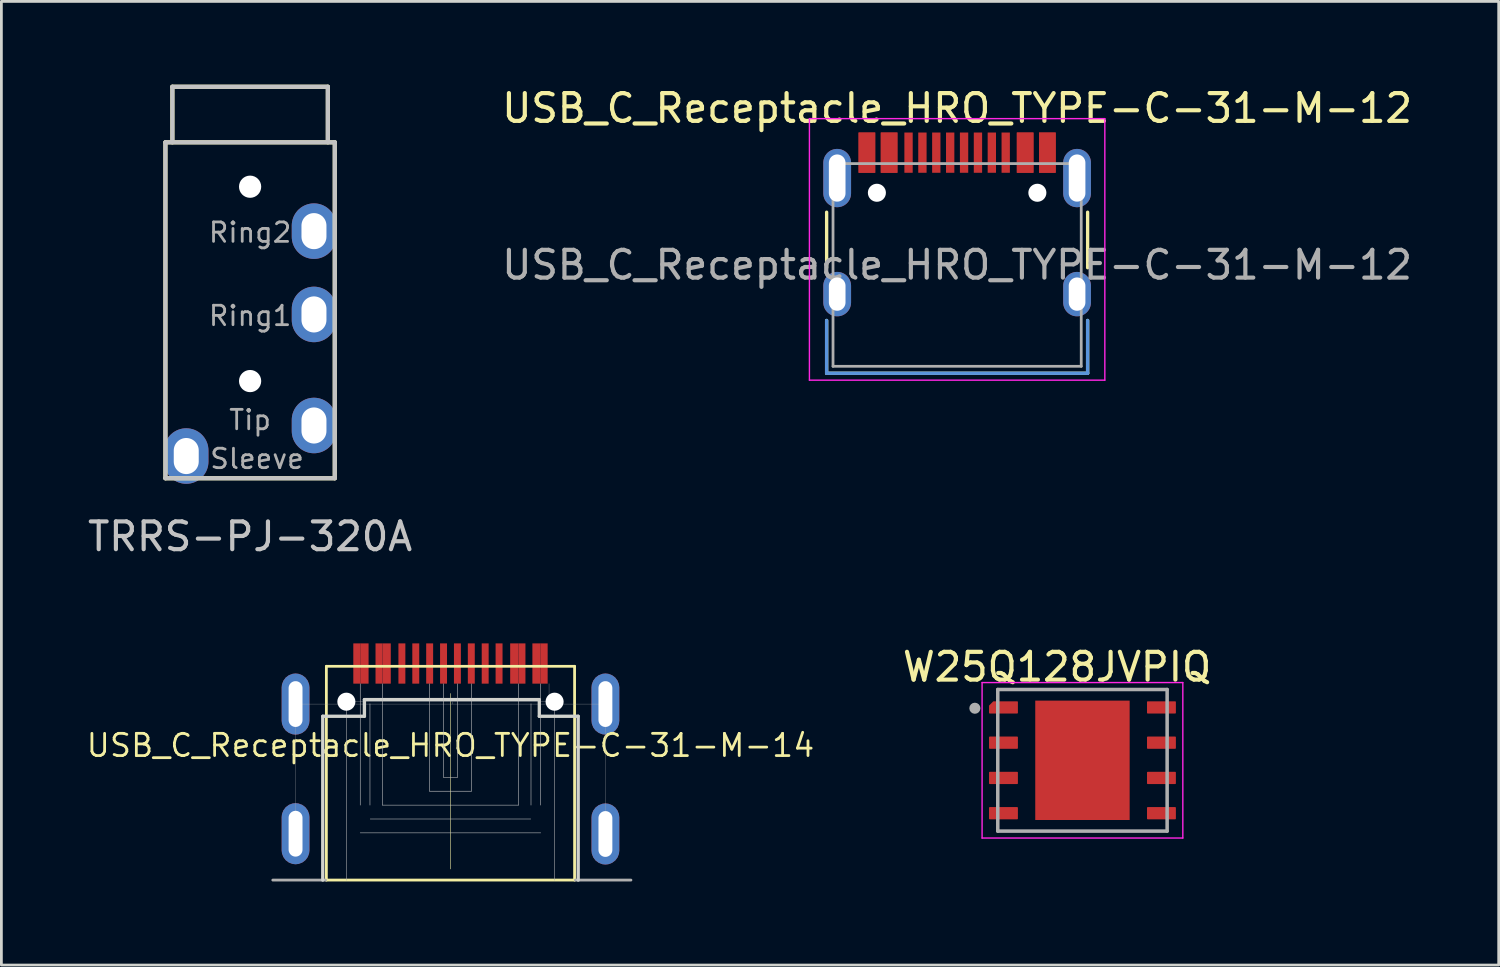
<source format=kicad_pcb>
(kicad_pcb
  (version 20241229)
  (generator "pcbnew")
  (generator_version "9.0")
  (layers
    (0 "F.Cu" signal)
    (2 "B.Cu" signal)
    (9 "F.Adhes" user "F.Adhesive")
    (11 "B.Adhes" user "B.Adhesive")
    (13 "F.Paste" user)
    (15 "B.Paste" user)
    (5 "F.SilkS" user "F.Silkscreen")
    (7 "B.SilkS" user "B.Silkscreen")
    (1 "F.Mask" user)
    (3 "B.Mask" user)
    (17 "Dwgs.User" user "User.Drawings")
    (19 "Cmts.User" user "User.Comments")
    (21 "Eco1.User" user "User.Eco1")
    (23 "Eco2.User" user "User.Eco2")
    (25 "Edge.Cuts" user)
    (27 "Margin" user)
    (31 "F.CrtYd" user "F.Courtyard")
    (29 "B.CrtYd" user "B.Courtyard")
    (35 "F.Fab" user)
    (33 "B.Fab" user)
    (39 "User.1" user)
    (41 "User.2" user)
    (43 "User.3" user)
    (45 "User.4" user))
  (footprint "USB_C_Receptacle_HRO_TYPE-C-31-M-12"
    (layer "F.Cu")
    (at 31.423 6.493)
    (property "Reference" "USB_C_Receptacle_HRO_TYPE-C-31-M-12" (at 0 -5.645 0) (layer "F.SilkS") (effects (font (size 1 1) (thickness 0.15))))
    (attr smd)
    (fp_line (start -4.7 -1.9) (end -4.7 0.1) (stroke (width 0.12) (type solid)) (layer "F.SilkS"))
    (fp_line (start -4.7 2) (end -4.7 3.9) (stroke (width 0.12) (type solid)) (layer "F.SilkS"))
    (fp_line (start -4.7 3.9) (end 4.7 3.9) (stroke (width 0.12) (type solid)) (layer "F.SilkS"))
    (fp_line (start 4.7 -1.9) (end 4.7 0.1) (stroke (width 0.12) (type solid)) (layer "F.SilkS"))
    (fp_line (start 4.7 2) (end 4.7 3.9) (stroke (width 0.12) (type solid)) (layer "F.SilkS"))
    (fp_line (start -4.7 2) (end -4.7 3.9) (stroke (width 0.12) (type solid)) (layer "Cmts.User"))
    (fp_line (start -4.7 3.9) (end 4.7 3.9) (stroke (width 0.12) (type solid)) (layer "Cmts.User"))
    (fp_line (start 4.7 2) (end 4.7 3.9) (stroke (width 0.12) (type solid)) (layer "Cmts.User"))
    (fp_line (start -5.32 -5.27) (end -5.32 4.15) (stroke (width 0.05) (type solid)) (layer "F.CrtYd"))
    (fp_line (start -5.32 -5.27) (end 5.32 -5.27) (stroke (width 0.05) (type solid)) (layer "F.CrtYd"))
    (fp_line (start -5.32 4.15) (end 5.32 4.15) (stroke (width 0.05) (type solid)) (layer "F.CrtYd"))
    (fp_line (start 5.32 -5.27) (end 5.32 4.15) (stroke (width 0.05) (type solid)) (layer "F.CrtYd"))
    (fp_line (start -4.47 -3.65) (end -4.47 3.65) (stroke (width 0.1) (type solid)) (layer "F.Fab"))
    (fp_line (start -4.47 -3.65) (end 4.47 -3.65) (stroke (width 0.1) (type solid)) (layer "F.Fab"))
    (fp_line (start -4.47 3.65) (end 4.47 3.65) (stroke (width 0.1) (type solid)) (layer "F.Fab"))
    (fp_line (start 4.47 -3.65) (end 4.47 3.65) (stroke (width 0.1) (type solid)) (layer "F.Fab"))
    (fp_text user "${REFERENCE}" (at 0 0 0) (layer "F.Fab") (effects (font (size 1 1) (thickness 0.15))))
    (pad "" np_thru_hole circle (at -2.89 -2.6) (size 0.65 0.65) (drill 0.65) (layers "*.Cu" "*.Mask"))
    (pad "" np_thru_hole circle (at 2.89 -2.6) (size 0.65 0.65) (drill 0.65) (layers "*.Cu" "*.Mask"))
    (pad "A1" smd rect (at -3.25 -4.045) (size 0.6 1.45) (layers "F.Cu" "F.Mask" "F.Paste"))
    (pad "A4" smd rect (at -2.45 -4.045) (size 0.6 1.45) (layers "F.Cu" "F.Mask" "F.Paste"))
    (pad "A5" smd rect (at -1.25 -4.045) (size 0.3 1.45) (layers "F.Cu" "F.Mask" "F.Paste"))
    (pad "A6" smd rect (at -0.25 -4.045) (size 0.3 1.45) (layers "F.Cu" "F.Mask" "F.Paste"))
    (pad "A7" smd rect (at 0.25 -4.045) (size 0.3 1.45) (layers "F.Cu" "F.Mask" "F.Paste"))
    (pad "A8" smd rect (at 1.25 -4.045) (size 0.3 1.45) (layers "F.Cu" "F.Mask" "F.Paste"))
    (pad "A9" smd rect (at 2.45 -4.045) (size 0.6 1.45) (layers "F.Cu" "F.Mask" "F.Paste"))
    (pad "A12" smd rect (at 3.25 -4.045) (size 0.6 1.45) (layers "F.Cu" "F.Mask" "F.Paste"))
    (pad "B1" smd rect (at 3.25 -4.045) (size 0.6 1.45) (layers "F.Cu" "F.Mask" "F.Paste"))
    (pad "B4" smd rect (at 2.45 -4.045) (size 0.6 1.45) (layers "F.Cu" "F.Mask" "F.Paste"))
    (pad "B5" smd rect (at 1.75 -4.045) (size 0.3 1.45) (layers "F.Cu" "F.Mask" "F.Paste"))
    (pad "B6" smd rect (at 0.75 -4.045) (size 0.3 1.45) (layers "F.Cu" "F.Mask" "F.Paste"))
    (pad "B7" smd rect (at -0.75 -4.045) (size 0.3 1.45) (layers "F.Cu" "F.Mask" "F.Paste"))
    (pad "B8" smd rect (at -1.75 -4.045) (size 0.3 1.45) (layers "F.Cu" "F.Mask" "F.Paste"))
    (pad "B9" smd rect (at -2.45 -4.045) (size 0.6 1.45) (layers "F.Cu" "F.Mask" "F.Paste"))
    (pad "B12" smd rect (at -3.25 -4.045) (size 0.6 1.45) (layers "F.Cu" "F.Mask" "F.Paste"))
    (pad "S1" thru_hole oval (at -4.32 -3.13) (size 1 2.1) (drill oval 0.6 1.7) (layers "*.Cu" "*.Mask"))
    (pad "S1" thru_hole oval (at -4.32 1.05) (size 1 1.6) (drill oval 0.6 1.2) (layers "*.Cu" "*.Mask"))
    (pad "S1" thru_hole oval (at 4.32 -3.13) (size 1 2.1) (drill oval 0.6 1.7) (layers "*.Cu" "*.Mask"))
    (pad "S1" thru_hole oval (at 4.32 1.05) (size 1 1.6) (drill oval 0.6 1.2) (layers "*.Cu" "*.Mask")))
  (footprint "USB_C_Receptacle_HRO_TYPE-C-31-M-14"
    (layer "F.Cu")
    (at 13.175 25.948)
    (property "Reference" "USB_C_Receptacle_HRO_TYPE-C-31-M-14" (at 0 -2.15 180) (layer "F.SilkS") (effects (font (size 0.8 0.8) (thickness 0.1))))
    (attr smd)
    (fp_line (start -4.47 -5) (end -4.47 2.7) (stroke (width 0.1) (type solid)) (layer "F.SilkS"))
    (fp_line (start 0 -4.02) (end 0 2.3) (stroke (width 0.02) (type solid)) (layer "F.SilkS"))
    (fp_line (start 4.47 -5) (end -4.47 -5) (stroke (width 0.1) (type solid)) (layer "F.SilkS"))
    (fp_line (start 4.47 -5) (end 4.47 2.7) (stroke (width 0.1) (type solid)) (layer "F.SilkS"))
    (fp_line (start 4.47 2.7) (end -4.47 2.7) (stroke (width 0.1) (type solid)) (layer "F.SilkS"))
    (fp_line (start -3.25 -4.37) (end -3.25 0) (stroke (width 0.02) (type solid)) (layer "Dwgs.User"))
    (fp_line (start -3.25 1) (end 3.25 1) (stroke (width 0.02) (type solid)) (layer "Dwgs.User"))
    (fp_line (start -2.9 -3.65) (end -2.9 0) (stroke (width 0.02) (type solid)) (layer "Dwgs.User"))
    (fp_line (start -2.89 0.5) (end 2.89 0.5) (stroke (width 0.02) (type solid)) (layer "Dwgs.User"))
    (fp_line (start -2.45 -4.37) (end -2.45 0) (stroke (width 0.02) (type solid)) (layer "Dwgs.User"))
    (fp_line (start -2.45 0) (end 2.45 0) (stroke (width 0.02) (type solid)) (layer "Dwgs.User"))
    (fp_line (start -0.75 -4.37) (end -0.75 -0.5) (stroke (width 0.02) (type solid)) (layer "Dwgs.User"))
    (fp_line (start -0.75 -0.5) (end 0.75 -0.5) (stroke (width 0.02) (type solid)) (layer "Dwgs.User"))
    (fp_line (start -0.25 -4.37) (end -0.25 -1) (stroke (width 0.02) (type solid)) (layer "Dwgs.User"))
    (fp_line (start -0.25 -1) (end 0.25 -1) (stroke (width 0.02) (type solid)) (layer "Dwgs.User"))
    (fp_line (start 0.25 -4.37) (end 0.25 -1) (stroke (width 0.02) (type solid)) (layer "Dwgs.User"))
    (fp_line (start 0.75 -4.37) (end 0.75 -0.5) (stroke (width 0.02) (type solid)) (layer "Dwgs.User"))
    (fp_line (start 2.45 -4.37) (end 2.45 0) (stroke (width 0.02) (type solid)) (layer "Dwgs.User"))
    (fp_line (start 2.9 -3.65) (end 2.9 0) (stroke (width 0.02) (type solid)) (layer "Dwgs.User"))
    (fp_line (start 3.25 -4.37) (end 3.25 0) (stroke (width 0.02) (type solid)) (layer "Dwgs.User"))
    (fp_line (start -4.6 -3.2) (end -4.6 2.7) (stroke (width 0.12) (type solid)) (layer "Edge.Cuts"))
    (fp_line (start -3.1 -3.8) (end -3.1 -3.2) (stroke (width 0.12) (type solid)) (layer "Edge.Cuts"))
    (fp_line (start -3.1 -3.2) (end -4.6 -3.2) (stroke (width 0.12) (type solid)) (layer "Edge.Cuts"))
    (fp_line (start 3.2 -3.8) (end -3.1 -3.8) (stroke (width 0.12) (type solid)) (layer "Edge.Cuts"))
    (fp_line (start 3.2 -3.2) (end 3.2 -3.8) (stroke (width 0.12) (type solid)) (layer "Edge.Cuts"))
    (fp_line (start 4.6 -3.2) (end 3.2 -3.2) (stroke (width 0.12) (type solid)) (layer "Edge.Cuts"))
    (fp_line (start 4.6 2.7) (end 4.6 -3.2) (stroke (width 0.12) (type solid)) (layer "Edge.Cuts"))
    (fp_line (start -5.58 -3.64) (end -5.58 1.04) (stroke (width 0.01) (type solid)) (layer "F.Fab"))
    (fp_line (start -5.575 -3.64) (end 0 -3.64) (stroke (width 0.01) (type solid)) (layer "F.Fab"))
    (fp_line (start -4.5 2.7) (end -6.4 2.7) (stroke (width 0.1) (type solid)) (layer "F.Fab"))
    (fp_line (start -3.75 -3.725) (end -3.75 2.705) (stroke (width 0.02) (type solid)) (layer "F.Fab"))
    (fp_line (start -3.75 -3.725) (end 0 -3.725) (stroke (width 0.01) (type solid)) (layer "F.Fab"))
    (fp_line (start 0 -3.725) (end 3.75 -3.725) (stroke (width 0.01) (type solid)) (layer "F.Fab"))
    (fp_line (start 0 -3.64) (end 5.575 -3.64) (stroke (width 0.01) (type solid)) (layer "F.Fab"))
    (fp_line (start 0.07 -3.72) (end 0.07 -3.64) (stroke (width 0.01) (type solid)) (layer "F.Fab"))
    (fp_line (start 3.55 -4.375) (end 3.55 -3.725) (stroke (width 0.01) (type solid)) (layer "F.Fab"))
    (fp_line (start 3.75 -3.725) (end 3.75 2.705) (stroke (width 0.02) (type solid)) (layer "F.Fab"))
    (fp_line (start 4.5 2.7) (end 6.5 2.7) (stroke (width 0.1) (type solid)) (layer "F.Fab"))
    (fp_line (start 5.58 -3.64) (end 5.58 1.04) (stroke (width 0.01) (type solid)) (layer "F.Fab"))
    (pad "" np_thru_hole circle (at -3.75 -3.725) (size 0.65 0.65) (drill 0.65) (layers "*.Cu" "*.Mask"))
    (pad "" np_thru_hole circle (at 3.75 -3.725) (size 0.65 0.65) (drill 0.65) (layers "*.Cu" "*.Mask"))
    (pad "A1" smd rect (at -3.375 -5.1) (size 0.25 1.45) (layers "F.Cu" "F.Mask" "F.Paste"))
    (pad "A4" smd rect (at -2.575 -5.1) (size 0.25 1.45) (layers "F.Cu" "F.Mask" "F.Paste"))
    (pad "A5" smd rect (at -1.25 -5.1) (size 0.25 1.45) (layers "F.Cu" "F.Mask" "F.Paste"))
    (pad "A6" smd rect (at -0.25 -5.1) (size 0.25 1.45) (layers "F.Cu" "F.Mask" "F.Paste"))
    (pad "A7" smd rect (at 0.25 -5.1) (size 0.25 1.45) (layers "F.Cu" "F.Mask" "F.Paste"))
    (pad "A8" smd rect (at 1.25 -5.1) (size 0.25 1.45) (layers "F.Cu" "F.Mask" "F.Paste"))
    (pad "A9" smd rect (at 2.575 -5.1) (size 0.25 1.45) (layers "F.Cu" "F.Mask" "F.Paste"))
    (pad "A12" smd rect (at 3.375 -5.1) (size 0.25 1.45) (layers "F.Cu" "F.Mask" "F.Paste"))
    (pad "B1" smd rect (at 3.1 -5.1) (size 0.3 1.45) (layers "F.Cu" "F.Mask" "F.Paste"))
    (pad "B4" smd rect (at 2.3 -5.1) (size 0.3 1.45) (layers "F.Cu" "F.Mask" "F.Paste"))
    (pad "B5" smd rect (at 1.75 -5.1) (size 0.25 1.45) (layers "F.Cu" "F.Mask" "F.Paste"))
    (pad "B6" smd rect (at 0.75 -5.1) (size 0.25 1.45) (layers "F.Cu" "F.Mask" "F.Paste"))
    (pad "B7" smd rect (at -0.75 -5.1) (size 0.25 1.45) (layers "F.Cu" "F.Mask" "F.Paste"))
    (pad "B8" smd rect (at -1.75 -5.1) (size 0.25 1.45) (layers "F.Cu" "F.Mask" "F.Paste"))
    (pad "B9" smd rect (at -2.3 -5.1) (size 0.3 1.45) (layers "F.Cu" "F.Mask" "F.Paste"))
    (pad "B12" smd rect (at -3.1 -5.1) (size 0.3 1.45) (layers "F.Cu" "F.Mask" "F.Paste"))
    (pad "S1" thru_hole roundrect (at -5.58 -3.64) (size 1 2.2) (drill oval 0.5 1.65) (layers "*.Cu" "*.Mask") (roundrect_rratio 0.5))
    (pad "S1" thru_hole roundrect (at -5.58 1.03) (size 1 2.2) (drill oval 0.5 1.65) (layers "*.Cu" "*.Mask") (roundrect_rratio 0.5))
    (pad "S1" thru_hole roundrect (at 5.58 -3.64) (size 1 2.2) (drill oval 0.5 1.65) (layers "*.Cu" "*.Mask") (roundrect_rratio 0.5))
    (pad "S1" thru_hole roundrect (at 5.58 1.04) (size 1 2.2) (drill oval 0.5 1.65) (layers "*.Cu" "*.Mask") (roundrect_rratio 0.5)))
  (footprint "W25Q128JVPIQ"
    (layer "F.Cu")
    (at 35.937 24.334)
    (property "Reference" "W25Q128JVPIQ" (at -0.915 -3.362 0) (layer "F.SilkS") (effects (font (size 1 1) (thickness 0.15))))
    (attr smd)
    (fp_poly (pts (xy -1.08 -1.36) (xy 1.08 -1.36) (xy 1.08 1.36) (xy -1.08 1.36)) (stroke (width 0.01) (type solid)) (fill yes) (layer "F.Paste"))
    (fp_line (start -3.615 -2.8) (end -3.615 2.8) (stroke (width 0.05) (type solid)) (layer "F.CrtYd"))
    (fp_line (start -3.615 -2.8) (end 3.615 -2.8) (stroke (width 0.05) (type solid)) (layer "F.CrtYd"))
    (fp_line (start -3.615 2.8) (end 3.615 2.8) (stroke (width 0.05) (type solid)) (layer "F.CrtYd"))
    (fp_line (start 3.615 -2.8) (end 3.615 2.8) (stroke (width 0.05) (type solid)) (layer "F.CrtYd"))
    (fp_line (start -3.05 -2.55) (end -3.05 2.55) (stroke (width 0.127) (type solid)) (layer "F.Fab"))
    (fp_line (start -3.05 -2.55) (end 3.05 -2.55) (stroke (width 0.127) (type solid)) (layer "F.Fab"))
    (fp_line (start -3.05 2.55) (end 3.05 2.55) (stroke (width 0.127) (type solid)) (layer "F.Fab"))
    (fp_line (start 3.05 -2.55) (end 3.05 2.55) (stroke (width 0.127) (type solid)) (layer "F.Fab"))
    (fp_circle (center -3.875 -1.875) (end -3.775 -1.875) (stroke (width 0.2) (type solid)) (fill no) (layer "F.Fab"))
    (pad "1" smd roundrect (at -2.845 -1.905) (size 1.04 0.44) (layers "F.Cu" "F.Mask" "F.Paste") (roundrect_rratio 0.06) (chamfer_ratio 0.35) (chamfer top_left))
    (pad "2" smd roundrect (at -2.845 -0.635) (size 1.04 0.44) (layers "F.Cu" "F.Mask" "F.Paste") (roundrect_rratio 0.06))
    (pad "3" smd roundrect (at -2.845 0.635) (size 1.04 0.44) (layers "F.Cu" "F.Mask" "F.Paste") (roundrect_rratio 0.06))
    (pad "4" smd roundrect (at -2.845 1.905) (size 1.04 0.44) (layers "F.Cu" "F.Mask" "F.Paste") (roundrect_rratio 0.06))
    (pad "5" smd roundrect (at 2.845 1.905) (size 1.04 0.44) (layers "F.Cu" "F.Mask" "F.Paste") (roundrect_rratio 0.06))
    (pad "6" smd roundrect (at 2.845 0.635) (size 1.04 0.44) (layers "F.Cu" "F.Mask" "F.Paste") (roundrect_rratio 0.06))
    (pad "7" smd roundrect (at 2.845 -0.635) (size 1.04 0.44) (layers "F.Cu" "F.Mask" "F.Paste") (roundrect_rratio 0.06))
    (pad "8" smd roundrect (at 2.845 -1.905) (size 1.04 0.44) (layers "F.Cu" "F.Mask" "F.Paste") (roundrect_rratio 0.06))
    (pad "9" smd rect (at 0 0) (size 3.4 4.3) (layers "F.Cu" "F.Mask")))
  (footprint "TRRS-PJ-320A"
    (layer "F.Cu")
    (at 5.958 2.075)
    (property "Reference" "TRRS-PJ-320A" (at 0 14.2 0) (layer "Dwgs.User") (effects (font (size 1 1) (thickness 0.15))))
    (attr through_hole)
    (fp_line (start -3.05 0) (end -3.05 12.1) (stroke (width 0.15) (type solid)) (layer "F.SilkS"))
    (fp_line (start -2.8 0) (end -2.8 -2) (stroke (width 0.15) (type solid)) (layer "F.SilkS"))
    (fp_line (start 2.8 -2) (end -2.8 -2) (stroke (width 0.15) (type solid)) (layer "F.SilkS"))
    (fp_line (start 2.8 0) (end 2.8 -2) (stroke (width 0.15) (type solid)) (layer "F.SilkS"))
    (fp_line (start 3.05 0) (end -3.05 0) (stroke (width 0.15) (type solid)) (layer "F.SilkS"))
    (fp_line (start 3.05 0) (end 3.05 12.1) (stroke (width 0.15) (type solid)) (layer "F.SilkS"))
    (fp_line (start 3.05 12.1) (end -3.05 12.1) (stroke (width 0.15) (type solid)) (layer "F.SilkS"))
    (fp_line (start -3.05 0) (end -3.05 12.1) (stroke (width 0.15) (type solid)) (layer "Dwgs.User"))
    (fp_line (start -2.8 0) (end -2.8 -2) (stroke (width 0.15) (type solid)) (layer "Dwgs.User"))
    (fp_line (start 2.8 -2) (end -2.8 -2) (stroke (width 0.15) (type solid)) (layer "Dwgs.User"))
    (fp_line (start 2.8 0) (end 2.8 -2) (stroke (width 0.15) (type solid)) (layer "Dwgs.User"))
    (fp_line (start 3.05 0) (end -3.05 0) (stroke (width 0.15) (type solid)) (layer "Dwgs.User"))
    (fp_line (start 3.05 0) (end 3.05 12.1) (stroke (width 0.15) (type solid)) (layer "Dwgs.User"))
    (fp_line (start 3.05 12.1) (end -3.05 12.1) (stroke (width 0.15) (type solid)) (layer "Dwgs.User"))
    (fp_text user "Tip" (at 0 10 0) (layer "F.Fab") (effects (font (size 0.7 0.7) (thickness 0.1))))
    (fp_text user "Ring1" (at 0 6.25 0) (layer "F.Fab") (effects (font (size 0.7 0.7) (thickness 0.1))))
    (fp_text user "Ring2" (at 0 3.25 0) (layer "F.Fab") (effects (font (size 0.7 0.7) (thickness 0.1))))
    (fp_text user "Sleeve" (at 0.25 11.4 0) (layer "F.Fab") (effects (font (size 0.7 0.7) (thickness 0.1))))
    (pad "" np_thru_hole circle (at 0 1.6) (size 0.8 0.8) (drill 0.8) (layers "*.Cu" "*.Mask"))
    (pad "" np_thru_hole circle (at 0 8.6) (size 0.8 0.8) (drill 0.8) (layers "*.Cu" "*.Mask"))
    (pad "1" thru_hole oval (at -2.3 11.3) (size 1.6 2) (drill oval 0.9 1.3) (layers "*.Cu" "*.Mask"))
    (pad "2" thru_hole oval (at 2.3 10.2) (size 1.6 2) (drill oval 0.9 1.3) (layers "*.Cu" "*.Mask"))
    (pad "3" thru_hole oval (at 2.3 6.2) (size 1.6 2) (drill oval 0.9 1.3) (layers "*.Cu" "*.Mask"))
    (pad "4" thru_hole oval (at 2.3 3.2) (size 1.6 2) (drill oval 0.9 1.3) (layers "*.Cu" "*.Mask")))
  (gr_rect
    (start -3 -3)
    (end 50.929 31.708)
    (stroke (width 0.1) (type default))
    (fill no)
    (layer "Edge.Cuts")))
</source>
